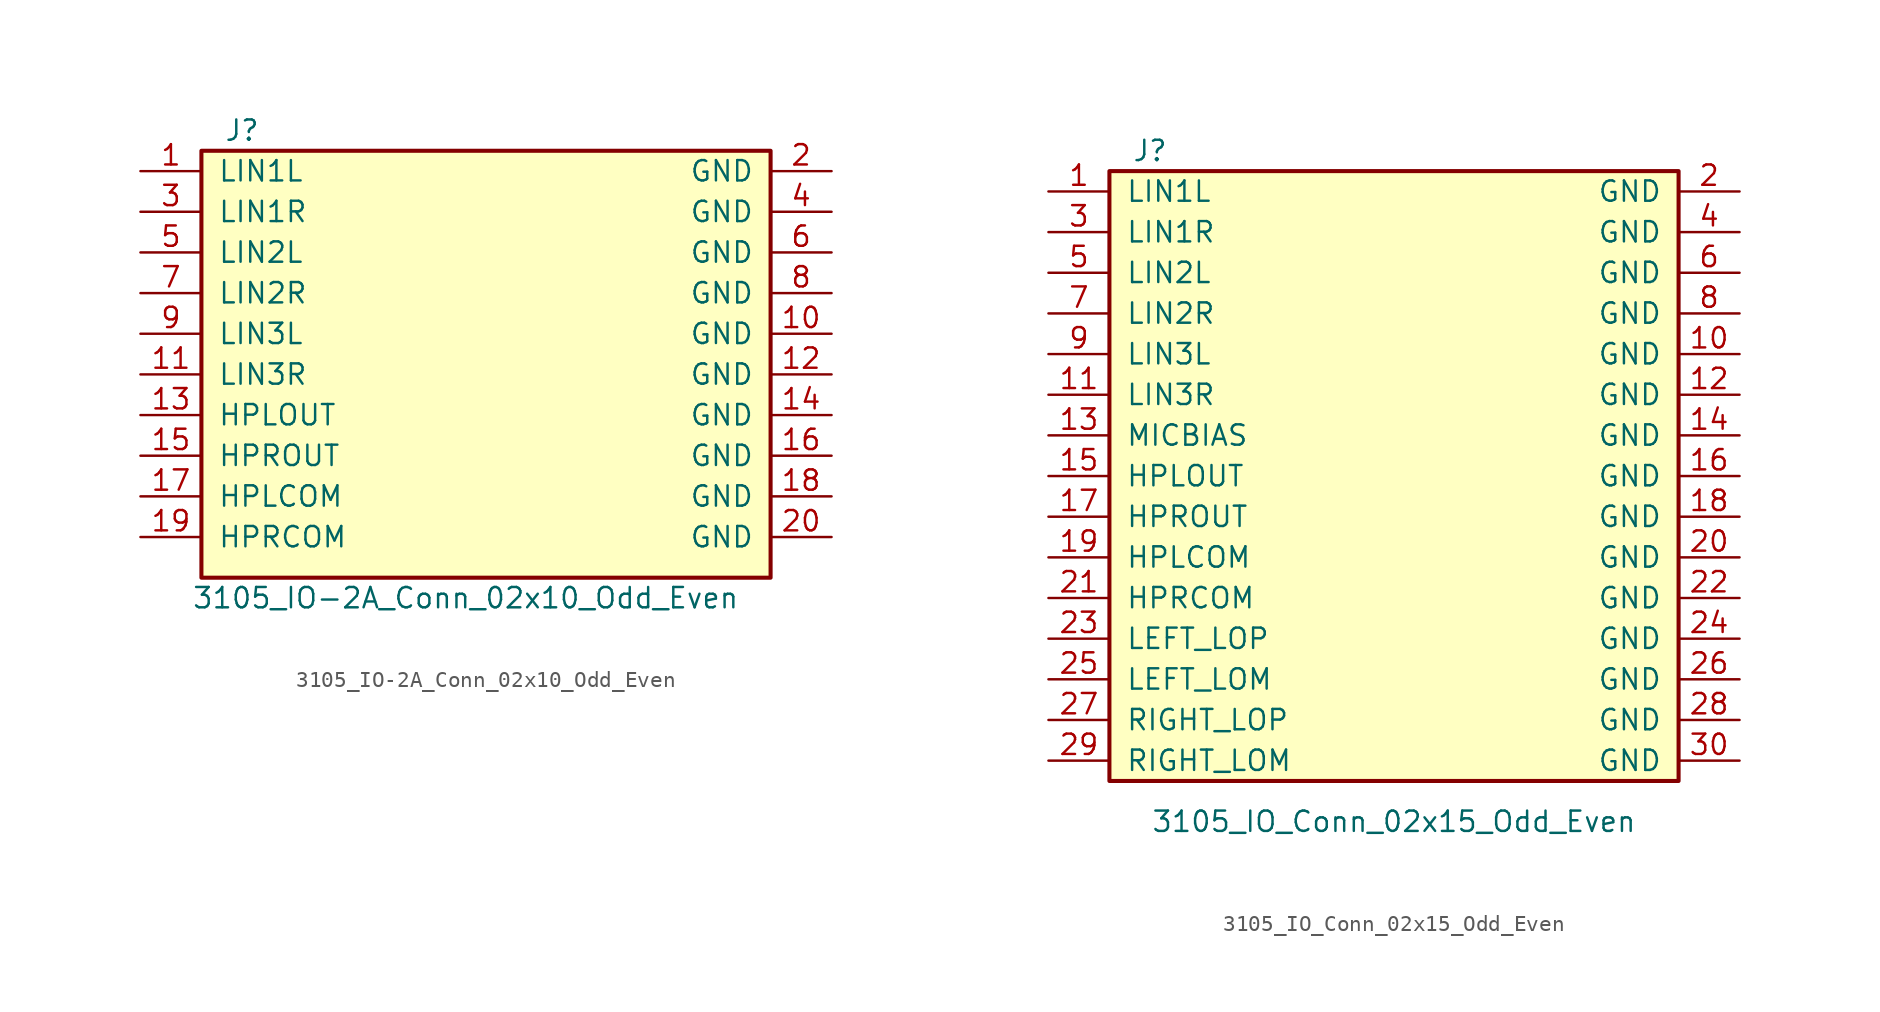
<source format=kicad_sym>
(kicad_symbol_lib
  (version 20211014)
  (generator kicad_symbol_editor)
  (symbol "3105_IO-2A_Conn_02x10_Odd_Even"
    (pin_names
      (offset 1.016))
    (property "Reference" "J"
      (at 1.27 20.32 0)
      (effects (font (size 1.27 1.27))))
    (property "Value" "3105_IO-2A_Conn_02x10_Odd_Even"
      (at 15.24 -8.89 0)
      (effects (font (size 1.27 1.27))))
    (symbol "3105_IO-2A_Conn_02x10_Odd_Even_1_1"
      (rectangle (start -1.27 19.05) (end 34.29 -7.62) (stroke (width 0.254) (type default) (color 0 0 0 0)) (fill (type background)))
      (pin passive line (at -5.08 17.78 0) (length 3.81) (name "LIN1L" (effects (font (size 1.27 1.27)))) (number "1" (effects (font (size 1.27 1.27)))))
      (pin passive line (at 38.1 7.62 180) (length 3.81) (name "GND" (effects (font (size 1.27 1.27)))) (number "10" (effects (font (size 1.27 1.27)))))
      (pin passive line (at -5.08 5.08 0) (length 3.81) (name "LIN3R" (effects (font (size 1.27 1.27)))) (number "11" (effects (font (size 1.27 1.27)))))
      (pin passive line (at 38.1 5.08 180) (length 3.81) (name "GND" (effects (font (size 1.27 1.27)))) (number "12" (effects (font (size 1.27 1.27)))))
      (pin passive line (at -5.08 2.54 0) (length 3.81) (name "HPLOUT" (effects (font (size 1.27 1.27)))) (number "13" (effects (font (size 1.27 1.27)))))
      (pin passive line (at 38.1 2.54 180) (length 3.81) (name "GND" (effects (font (size 1.27 1.27)))) (number "14" (effects (font (size 1.27 1.27)))))
      (pin passive line (at -5.08 0 0) (length 3.81) (name "HPROUT" (effects (font (size 1.27 1.27)))) (number "15" (effects (font (size 1.27 1.27)))))
      (pin passive line (at 38.1 0 180) (length 3.81) (name "GND" (effects (font (size 1.27 1.27)))) (number "16" (effects (font (size 1.27 1.27)))))
      (pin passive line (at -5.08 -2.54 0) (length 3.81) (name "HPLCOM" (effects (font (size 1.27 1.27)))) (number "17" (effects (font (size 1.27 1.27)))))
      (pin passive line (at 38.1 -2.54 180) (length 3.81) (name "GND" (effects (font (size 1.27 1.27)))) (number "18" (effects (font (size 1.27 1.27)))))
      (pin passive line (at -5.08 -5.08 0) (length 3.81) (name "HPRCOM" (effects (font (size 1.27 1.27)))) (number "19" (effects (font (size 1.27 1.27)))))
      (pin passive line (at 38.1 17.78 180) (length 3.81) (name "GND" (effects (font (size 1.27 1.27)))) (number "2" (effects (font (size 1.27 1.27)))))
      (pin passive line (at 38.1 -5.08 180) (length 3.81) (name "GND" (effects (font (size 1.27 1.27)))) (number "20" (effects (font (size 1.27 1.27)))))
      (pin passive line (at -5.08 15.24 0) (length 3.81) (name "LIN1R" (effects (font (size 1.27 1.27)))) (number "3" (effects (font (size 1.27 1.27)))))
      (pin passive line (at 38.1 15.24 180) (length 3.81) (name "GND" (effects (font (size 1.27 1.27)))) (number "4" (effects (font (size 1.27 1.27)))))
      (pin passive line (at -5.08 12.7 0) (length 3.81) (name "LIN2L" (effects (font (size 1.27 1.27)))) (number "5" (effects (font (size 1.27 1.27)))))
      (pin passive line (at 38.1 12.7 180) (length 3.81) (name "GND" (effects (font (size 1.27 1.27)))) (number "6" (effects (font (size 1.27 1.27)))))
      (pin passive line (at -5.08 10.16 0) (length 3.81) (name "LIN2R" (effects (font (size 1.27 1.27)))) (number "7" (effects (font (size 1.27 1.27)))))
      (pin passive line (at 38.1 10.16 180) (length 3.81) (name "GND" (effects (font (size 1.27 1.27)))) (number "8" (effects (font (size 1.27 1.27)))))
      (pin passive line (at -5.08 7.62 0) (length 3.81) (name "LIN3L" (effects (font (size 1.27 1.27)))) (number "9" (effects (font (size 1.27 1.27)))))))
  (symbol "3105_IO_Conn_02x15_Odd_Even"
    (pin_names
      (offset 1.016))
    (property "Reference" "J"
      (at 1.27 20.32 0)
      (effects (font (size 1.27 1.27))))
    (property "Value" "3105_IO_Conn_02x15_Odd_Even"
      (at 16.51 -21.59 0)
      (effects (font (size 1.27 1.27))))
    (symbol "3105_IO_Conn_02x15_Odd_Even_1_1"
      (rectangle (start -1.27 19.05) (end 34.29 -19.05) (stroke (width 0.254) (type default) (color 0 0 0 0)) (fill (type background)))
      (pin passive line (at -5.08 17.78 0) (length 3.81) (name "LIN1L" (effects (font (size 1.27 1.27)))) (number "1" (effects (font (size 1.27 1.27)))))
      (pin passive line (at 38.1 7.62 180) (length 3.81) (name "GND" (effects (font (size 1.27 1.27)))) (number "10" (effects (font (size 1.27 1.27)))))
      (pin passive line (at -5.08 5.08 0) (length 3.81) (name "LIN3R" (effects (font (size 1.27 1.27)))) (number "11" (effects (font (size 1.27 1.27)))))
      (pin passive line (at 38.1 5.08 180) (length 3.81) (name "GND" (effects (font (size 1.27 1.27)))) (number "12" (effects (font (size 1.27 1.27)))))
      (pin passive line (at -5.08 2.54 0) (length 3.81) (name "MICBIAS" (effects (font (size 1.27 1.27)))) (number "13" (effects (font (size 1.27 1.27)))))
      (pin passive line (at 38.1 2.54 180) (length 3.81) (name "GND" (effects (font (size 1.27 1.27)))) (number "14" (effects (font (size 1.27 1.27)))))
      (pin passive line (at -5.08 0 0) (length 3.81) (name "HPLOUT" (effects (font (size 1.27 1.27)))) (number "15" (effects (font (size 1.27 1.27)))))
      (pin passive line (at 38.1 0 180) (length 3.81) (name "GND" (effects (font (size 1.27 1.27)))) (number "16" (effects (font (size 1.27 1.27)))))
      (pin passive line (at -5.08 -2.54 0) (length 3.81) (name "HPROUT" (effects (font (size 1.27 1.27)))) (number "17" (effects (font (size 1.27 1.27)))))
      (pin passive line (at 38.1 -2.54 180) (length 3.81) (name "GND" (effects (font (size 1.27 1.27)))) (number "18" (effects (font (size 1.27 1.27)))))
      (pin passive line (at -5.08 -5.08 0) (length 3.81) (name "HPLCOM" (effects (font (size 1.27 1.27)))) (number "19" (effects (font (size 1.27 1.27)))))
      (pin passive line (at 38.1 17.78 180) (length 3.81) (name "GND" (effects (font (size 1.27 1.27)))) (number "2" (effects (font (size 1.27 1.27)))))
      (pin passive line (at 38.1 -5.08 180) (length 3.81) (name "GND" (effects (font (size 1.27 1.27)))) (number "20" (effects (font (size 1.27 1.27)))))
      (pin passive line (at -5.08 -7.62 0) (length 3.81) (name "HPRCOM" (effects (font (size 1.27 1.27)))) (number "21" (effects (font (size 1.27 1.27)))))
      (pin passive line (at 38.1 -7.62 180) (length 3.81) (name "GND" (effects (font (size 1.27 1.27)))) (number "22" (effects (font (size 1.27 1.27)))))
      (pin passive line (at -5.08 -10.16 0) (length 3.81) (name "LEFT_LOP" (effects (font (size 1.27 1.27)))) (number "23" (effects (font (size 1.27 1.27)))))
      (pin passive line (at 38.1 -10.16 180) (length 3.81) (name "GND" (effects (font (size 1.27 1.27)))) (number "24" (effects (font (size 1.27 1.27)))))
      (pin passive line (at -5.08 -12.7 0) (length 3.81) (name "LEFT_LOM" (effects (font (size 1.27 1.27)))) (number "25" (effects (font (size 1.27 1.27)))))
      (pin passive line (at 38.1 -12.7 180) (length 3.81) (name "GND" (effects (font (size 1.27 1.27)))) (number "26" (effects (font (size 1.27 1.27)))))
      (pin passive line (at -5.08 -15.24 0) (length 3.81) (name "RIGHT_LOP" (effects (font (size 1.27 1.27)))) (number "27" (effects (font (size 1.27 1.27)))))
      (pin passive line (at 38.1 -15.24 180) (length 3.81) (name "GND" (effects (font (size 1.27 1.27)))) (number "28" (effects (font (size 1.27 1.27)))))
      (pin passive line (at -5.08 -17.78 0) (length 3.81) (name "RIGHT_LOM" (effects (font (size 1.27 1.27)))) (number "29" (effects (font (size 1.27 1.27)))))
      (pin passive line (at -5.08 15.24 0) (length 3.81) (name "LIN1R" (effects (font (size 1.27 1.27)))) (number "3" (effects (font (size 1.27 1.27)))))
      (pin passive line (at 38.1 -17.78 180) (length 3.81) (name "GND" (effects (font (size 1.27 1.27)))) (number "30" (effects (font (size 1.27 1.27)))))
      (pin passive line (at 38.1 15.24 180) (length 3.81) (name "GND" (effects (font (size 1.27 1.27)))) (number "4" (effects (font (size 1.27 1.27)))))
      (pin passive line (at -5.08 12.7 0) (length 3.81) (name "LIN2L" (effects (font (size 1.27 1.27)))) (number "5" (effects (font (size 1.27 1.27)))))
      (pin passive line (at 38.1 12.7 180) (length 3.81) (name "GND" (effects (font (size 1.27 1.27)))) (number "6" (effects (font (size 1.27 1.27)))))
      (pin passive line (at -5.08 10.16 0) (length 3.81) (name "LIN2R" (effects (font (size 1.27 1.27)))) (number "7" (effects (font (size 1.27 1.27)))))
      (pin passive line (at 38.1 10.16 180) (length 3.81) (name "GND" (effects (font (size 1.27 1.27)))) (number "8" (effects (font (size 1.27 1.27)))))
      (pin passive line (at -5.08 7.62 0) (length 3.81) (name "LIN3L" (effects (font (size 1.27 1.27)))) (number "9" (effects (font (size 1.27 1.27))))))))
</source>
